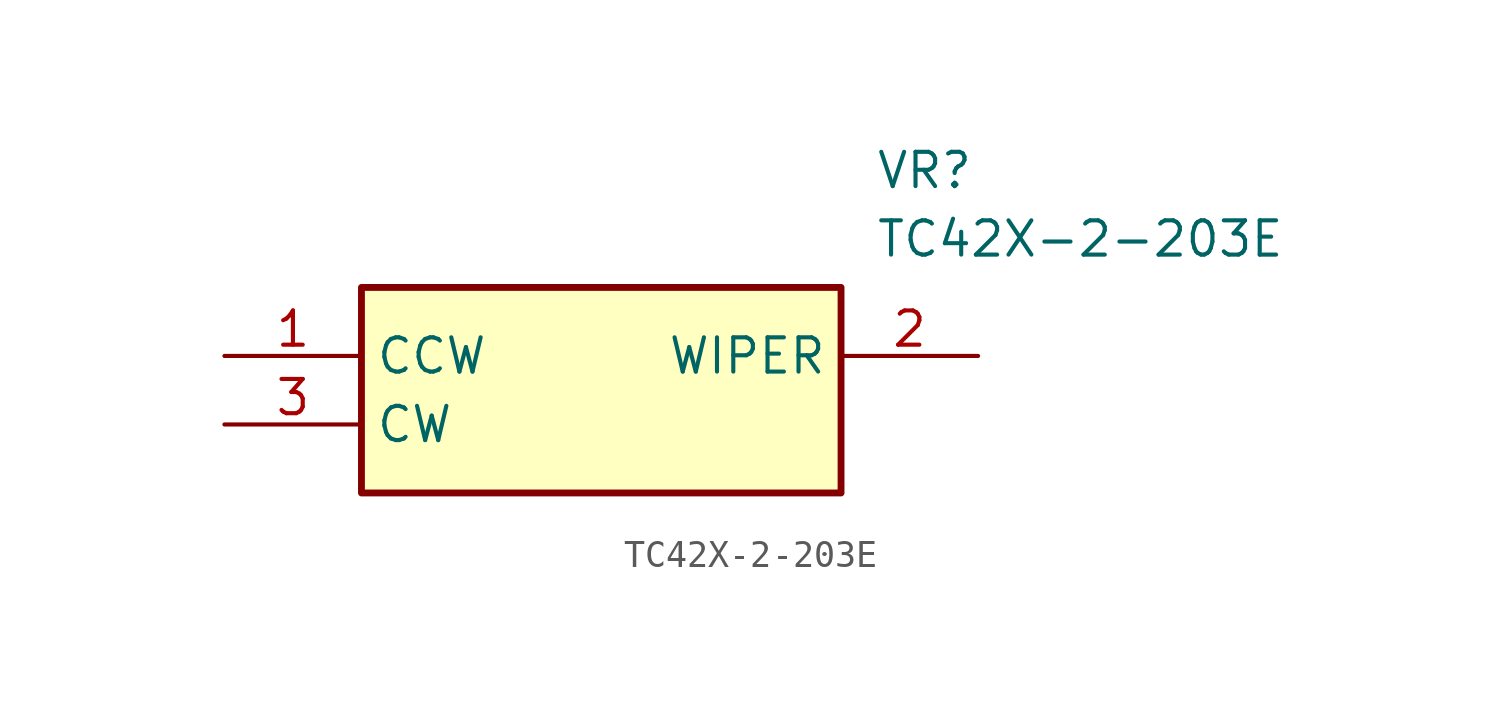
<source format=kicad_sym>
(kicad_symbol_lib
  (version 20220914)
  (generator kicad_symbol_editor)
  (symbol "TC42X-2-203E"
    (property "Reference" "VR"
      (at 24.13 7.62 0)
      (effects (font (size 1.27 1.27)) (justify left top)))
    (property "Value" "TC42X-2-203E"
      (at 24.13 5.08 0)
      (effects (font (size 1.27 1.27)) (justify left top)))
    (rectangle
      (start 5.08 2.54)
      (end 22.86 -5.08)
      (stroke (width 0.254) (type default))
      (fill (type background)))
    (pin passive line
      (at 0 0 0)
      (length 5.08)
      (name "CCW" (effects (font (size 1.27 1.27))))
      (number "1" (effects (font (size 1.27 1.27)))))
    (pin passive line
      (at 27.94 0 180)
      (length 5.08)
      (name "WIPER" (effects (font (size 1.27 1.27))))
      (number "2" (effects (font (size 1.27 1.27)))))
    (pin passive line
      (at 0 -2.54 0)
      (length 5.08)
      (name "CW" (effects (font (size 1.27 1.27))))
      (number "3" (effects (font (size 1.27 1.27)))))))
</source>
